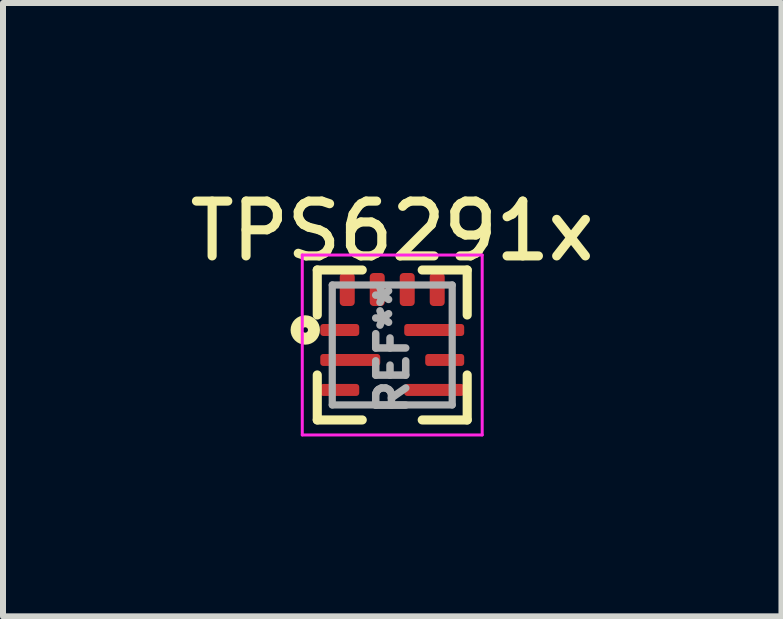
<source format=kicad_pcb>
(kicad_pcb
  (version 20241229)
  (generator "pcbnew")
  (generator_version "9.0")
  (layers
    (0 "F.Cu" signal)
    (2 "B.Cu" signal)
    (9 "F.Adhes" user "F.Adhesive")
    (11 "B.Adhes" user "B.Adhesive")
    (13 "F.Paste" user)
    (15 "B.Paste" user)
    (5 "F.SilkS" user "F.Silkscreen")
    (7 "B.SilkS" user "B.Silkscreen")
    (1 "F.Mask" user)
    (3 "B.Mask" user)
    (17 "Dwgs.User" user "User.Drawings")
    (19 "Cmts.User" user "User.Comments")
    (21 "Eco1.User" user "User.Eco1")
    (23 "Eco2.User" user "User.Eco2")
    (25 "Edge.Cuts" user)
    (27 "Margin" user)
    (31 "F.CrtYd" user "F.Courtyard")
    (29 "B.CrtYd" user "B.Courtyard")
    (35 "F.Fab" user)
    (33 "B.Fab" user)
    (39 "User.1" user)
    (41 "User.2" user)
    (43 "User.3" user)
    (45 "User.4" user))
  (footprint "TPS6291x"
    (layer "F.Cu")
    (at 3.49 2.702)
    (property "Reference" "TPS6291x" (at 0 -1.9 0) (layer "F.SilkS") (effects (font (size 0.914 0.914) (thickness 0.152))))
    (attr smd)
    (fp_line (start -1.25 -1.25) (end -0.5 -1.25) (stroke (width 0.152) (type solid)) (layer "F.SilkS"))
    (fp_line (start -1.25 -0.5) (end -1.25 -1.25) (stroke (width 0.152) (type solid)) (layer "F.SilkS"))
    (fp_line (start -1.25 1.25) (end -1.25 0.5) (stroke (width 0.152) (type solid)) (layer "F.SilkS"))
    (fp_line (start -0.5 1.25) (end -1.25 1.25) (stroke (width 0.152) (type solid)) (layer "F.SilkS"))
    (fp_line (start 0.5 -1.25) (end 1.25 -1.25) (stroke (width 0.152) (type solid)) (layer "F.SilkS"))
    (fp_line (start 1.25 -1.25) (end 1.25 -0.5) (stroke (width 0.152) (type solid)) (layer "F.SilkS"))
    (fp_line (start 1.25 0.5) (end 1.25 1.25) (stroke (width 0.152) (type solid)) (layer "F.SilkS"))
    (fp_line (start 1.25 1.25) (end 0.5 1.25) (stroke (width 0.152) (type solid)) (layer "F.SilkS"))
    (fp_circle (center -1.45 -0.25) (end -1.405 -0.25) (stroke (width 0.2) (type solid)) (fill no) (layer "F.SilkS"))
    (fp_line (start -1.5 -1.5) (end -1.5 1.5) (stroke (width 0.05) (type solid)) (layer "F.CrtYd"))
    (fp_line (start -1.5 1.5) (end 1.5 1.5) (stroke (width 0.05) (type solid)) (layer "F.CrtYd"))
    (fp_line (start 1.5 -1.5) (end -1.5 -1.5) (stroke (width 0.05) (type solid)) (layer "F.CrtYd"))
    (fp_line (start 1.5 1.5) (end 1.5 -1.5) (stroke (width 0.05) (type solid)) (layer "F.CrtYd"))
    (fp_line (start -1 -1) (end 1 -1) (stroke (width 0.12) (type solid)) (layer "F.Fab"))
    (fp_line (start -1 1) (end -1 -1) (stroke (width 0.12) (type solid)) (layer "F.Fab"))
    (fp_line (start 1 -1) (end 1 1) (stroke (width 0.12) (type solid)) (layer "F.Fab"))
    (fp_line (start 1 1) (end -1 1) (stroke (width 0.12) (type solid)) (layer "F.Fab"))
    (fp_text user "REF**" (at 0 0.05 90) (layer "F.Fab") (effects (font (size 0.5 0.5) (thickness 0.125))))
    (pad "1" smd roundrect (at -0.875 -0.25) (size 0.65 0.2) (layers "F.Cu" "F.Mask" "F.Paste") (roundrect_rratio 0.25))
    (pad "2" smd roundrect (at -0.7 0.25) (size 1 0.2) (layers "F.Cu" "F.Mask" "F.Paste") (roundrect_rratio 0.25))
    (pad "3" smd roundrect (at -0.875 0.75) (size 0.65 0.2) (layers "F.Cu" "F.Mask" "F.Paste") (roundrect_rratio 0.25))
    (pad "4" smd roundrect (at 0.7 0.75) (size 1 0.2) (layers "F.Cu" "F.Mask" "F.Paste") (roundrect_rratio 0.25))
    (pad "5" smd roundrect (at 0.875 0.25) (size 0.65 0.2) (layers "F.Cu" "F.Mask" "F.Paste") (roundrect_rratio 0.25))
    (pad "6" smd roundrect (at 0.7 -0.25) (size 1 0.2) (layers "F.Cu" "F.Mask" "F.Paste") (roundrect_rratio 0.25))
    (pad "7" smd roundrect (at 0.75 -0.925) (size 0.25 0.55) (layers "F.Cu" "F.Mask" "F.Paste") (roundrect_rratio 0.25))
    (pad "8" smd roundrect (at 0.25 -0.925) (size 0.25 0.55) (layers "F.Cu" "F.Mask" "F.Paste") (roundrect_rratio 0.25))
    (pad "9" smd roundrect (at -0.25 -0.925) (size 0.25 0.55) (layers "F.Cu" "F.Mask" "F.Paste") (roundrect_rratio 0.25))
    (pad "10" smd roundrect (at -0.75 -0.925) (size 0.25 0.55) (layers "F.Cu" "F.Mask" "F.Paste") (roundrect_rratio 0.25)))
  (gr_rect
    (start -3 -3)
    (end 9.98 7.227)
    (stroke (width 0.1) (type default))
    (fill no)
    (layer "Edge.Cuts")))
</source>
